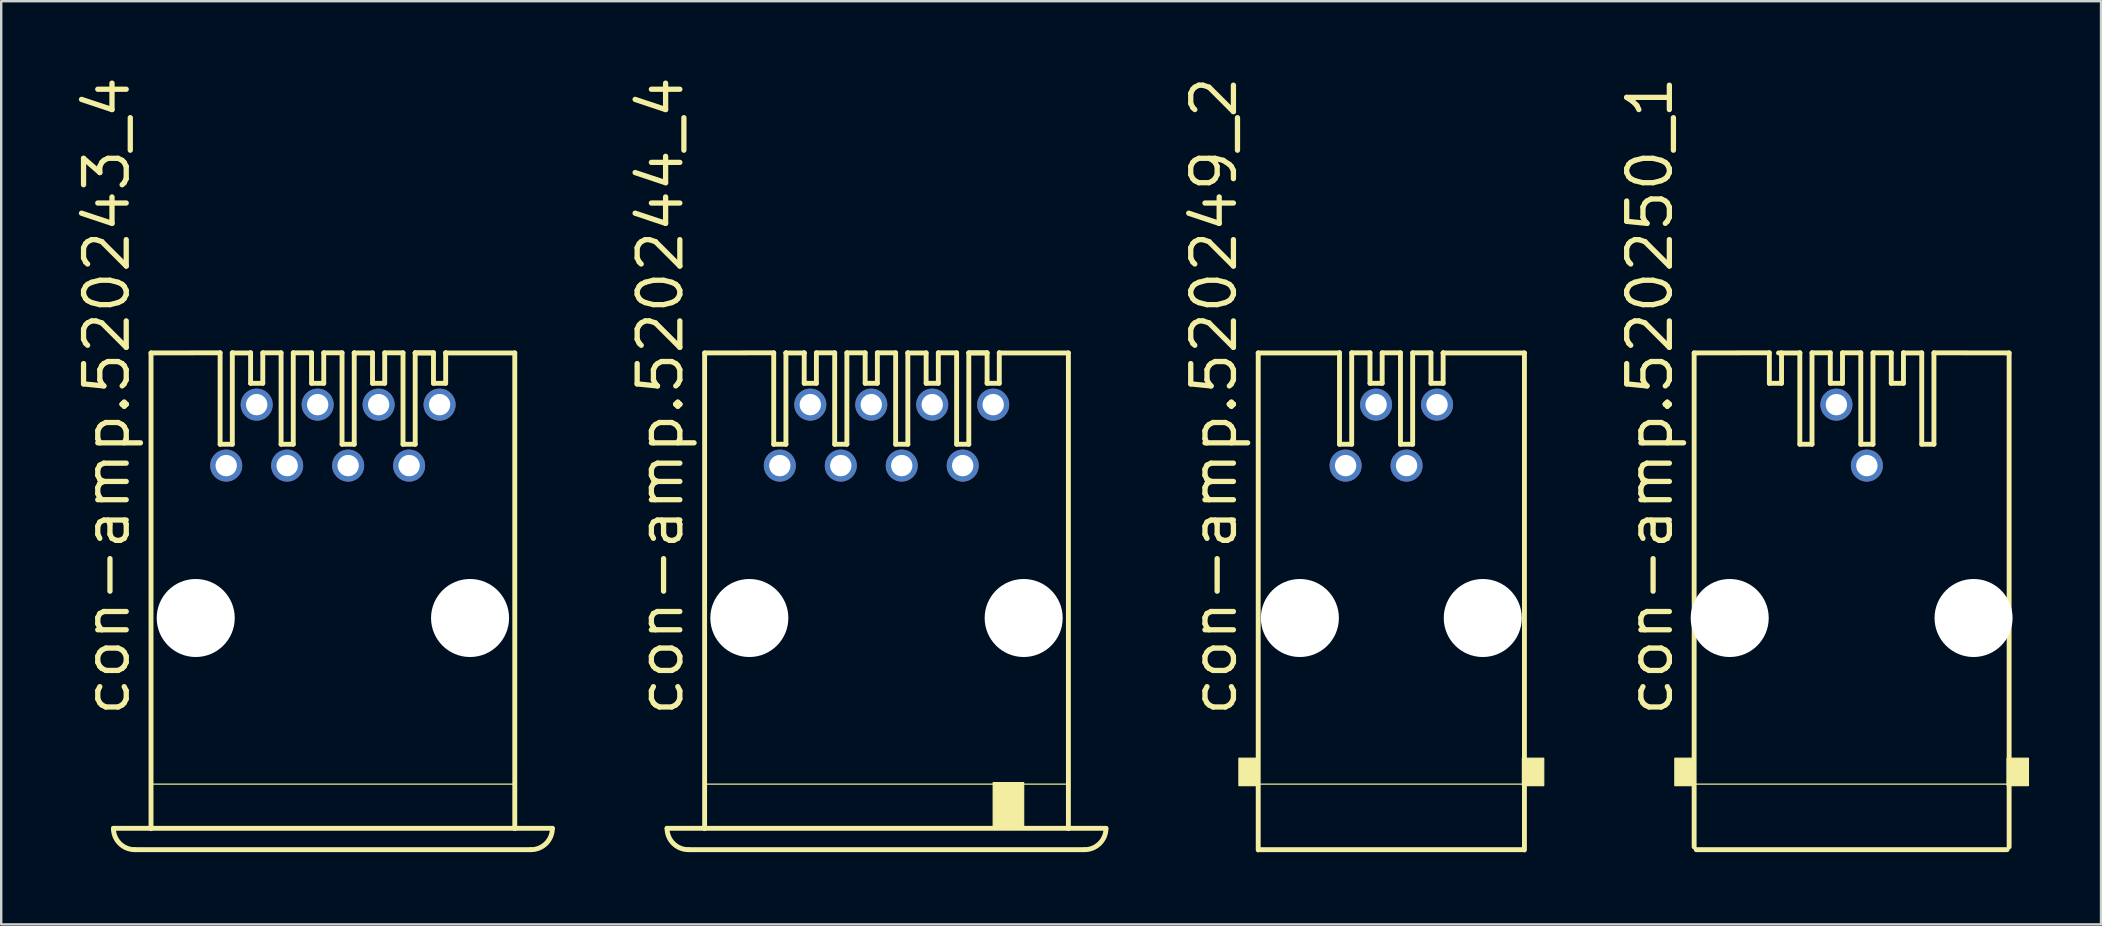
<source format=kicad_pcb>
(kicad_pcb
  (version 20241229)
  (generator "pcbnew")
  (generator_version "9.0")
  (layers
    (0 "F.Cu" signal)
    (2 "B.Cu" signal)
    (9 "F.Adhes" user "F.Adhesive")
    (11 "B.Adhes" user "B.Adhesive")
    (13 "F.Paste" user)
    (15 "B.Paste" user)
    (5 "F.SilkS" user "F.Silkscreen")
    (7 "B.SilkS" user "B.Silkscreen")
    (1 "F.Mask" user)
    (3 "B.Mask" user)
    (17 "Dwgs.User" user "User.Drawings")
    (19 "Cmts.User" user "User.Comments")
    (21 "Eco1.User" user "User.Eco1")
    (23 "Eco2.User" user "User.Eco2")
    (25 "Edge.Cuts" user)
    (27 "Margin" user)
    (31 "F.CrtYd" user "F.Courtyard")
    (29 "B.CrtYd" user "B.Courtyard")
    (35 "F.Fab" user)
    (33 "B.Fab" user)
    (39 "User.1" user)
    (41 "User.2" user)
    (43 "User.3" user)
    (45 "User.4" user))
  (footprint "con-amp.520250_1"
    (layer "F.Cu")
    (at 74.098 22.699)
    (property "Reference" "con-amp.520250_1" (at -7.366 4.191 90) (layer "F.SilkS") (effects (font (size 1.778 1.778) (thickness 0.22)) (justify left bottom)))
    (attr through_hole)
    (fp_line (start -6.562 -11.044) (end -3.429 -11.049) (stroke (width 0.203) (type default)) (layer "F.SilkS"))
    (fp_line (start -6.562 9.538) (end -6.562 -11.044) (stroke (width 0.203) (type default)) (layer "F.SilkS"))
    (fp_line (start -3.429 -11.049) (end -3.429 -9.779) (stroke (width 0.203) (type default)) (layer "F.SilkS"))
    (fp_line (start -3.429 -9.779) (end -2.921 -9.779) (stroke (width 0.203) (type default)) (layer "F.SilkS"))
    (fp_line (start -3.048 -11.044) (end -2.159 -11.044) (stroke (width 0.203) (type default)) (layer "F.SilkS"))
    (fp_line (start -2.921 -11.049) (end -2.921 -9.779) (stroke (width 0.203) (type default)) (layer "F.SilkS"))
    (fp_line (start -2.159 -11.049) (end -2.159 -11.044) (stroke (width 0.203) (type default)) (layer "F.SilkS"))
    (fp_line (start -2.159 -11.044) (end -2.159 -7.239) (stroke (width 0.203) (type default)) (layer "F.SilkS"))
    (fp_line (start -2.159 -7.239) (end -1.651 -7.239) (stroke (width 0.203) (type default)) (layer "F.SilkS"))
    (fp_line (start -1.651 -11.049) (end -1.651 -7.239) (stroke (width 0.203) (type default)) (layer "F.SilkS"))
    (fp_line (start -1.651 -11.049) (end -0.889 -11.049) (stroke (width 0.203) (type default)) (layer "F.SilkS"))
    (fp_line (start -0.889 -11.049) (end -0.889 -9.779) (stroke (width 0.203) (type default)) (layer "F.SilkS"))
    (fp_line (start -0.889 -9.779) (end -0.381 -9.779) (stroke (width 0.203) (type default)) (layer "F.SilkS"))
    (fp_line (start -0.381 -11.049) (end -0.381 -9.779) (stroke (width 0.203) (type default)) (layer "F.SilkS"))
    (fp_line (start -0.381 -11.049) (end 0.381 -11.049) (stroke (width 0.203) (type default)) (layer "F.SilkS"))
    (fp_line (start 0.381 -11.049) (end 0.381 -7.239) (stroke (width 0.203) (type default)) (layer "F.SilkS"))
    (fp_line (start 0.381 -7.239) (end 0.889 -7.239) (stroke (width 0.203) (type default)) (layer "F.SilkS"))
    (fp_line (start 0.889 -11.049) (end 0.889 -7.239) (stroke (width 0.203) (type default)) (layer "F.SilkS"))
    (fp_line (start 0.889 -11.049) (end 1.651 -11.049) (stroke (width 0.203) (type default)) (layer "F.SilkS"))
    (fp_line (start 1.651 -11.049) (end 1.651 -9.779) (stroke (width 0.203) (type default)) (layer "F.SilkS"))
    (fp_line (start 1.651 -9.779) (end 2.159 -9.779) (stroke (width 0.203) (type default)) (layer "F.SilkS"))
    (fp_line (start 2.159 -11.049) (end 2.159 -11.044) (stroke (width 0.203) (type default)) (layer "F.SilkS"))
    (fp_line (start 2.159 -11.044) (end 2.159 -9.779) (stroke (width 0.203) (type default)) (layer "F.SilkS"))
    (fp_line (start 2.159 -11.044) (end 2.921 -11.044) (stroke (width 0.203) (type default)) (layer "F.SilkS"))
    (fp_line (start 2.921 -11.049) (end 2.921 -7.239) (stroke (width 0.203) (type default)) (layer "F.SilkS"))
    (fp_line (start 2.921 -7.239) (end 3.429 -7.239) (stroke (width 0.203) (type default)) (layer "F.SilkS"))
    (fp_line (start 3.429 -11.049) (end 3.429 -7.239) (stroke (width 0.203) (type default)) (layer "F.SilkS"))
    (fp_line (start 3.429 -11.049) (end 6.562 -11.044) (stroke (width 0.203) (type default)) (layer "F.SilkS"))
    (fp_line (start 6.477 9.652) (end -6.477 9.652) (stroke (width 0.203) (type default)) (layer "F.SilkS"))
    (fp_line (start 6.54 6.921) (end -6.54 6.921) (stroke (width 0.051) (type default)) (layer "F.SilkS"))
    (fp_line (start 6.562 -11.044) (end 6.562 9.538) (stroke (width 0.203) (type default)) (layer "F.SilkS"))
    (fp_rect (start -7.366 6.985) (end -6.604 5.842) (stroke (width 0.05) (type default)) (fill yes) (layer "F.SilkS"))
    (fp_rect (start 6.477 6.985) (end 7.366 5.842) (stroke (width 0.05) (type default)) (fill yes) (layer "F.SilkS"))
    (pad "" np_thru_hole circle (at -5.08 0) (size 3.251 3.251) (drill 3.251) (layers "*.Cu" "*.Mask"))
    (pad "" np_thru_hole circle (at 5.08 0) (size 3.251 3.251) (drill 3.251) (layers "*.Cu" "*.Mask"))
    (pad "1" thru_hole circle (at -0.635 -8.89) (size 1.333 1.333) (drill 0.889) (layers "*.Cu" "*.Mask"))
    (pad "2" thru_hole circle (at 0.635 -6.35) (size 1.333 1.333) (drill 0.889) (layers "*.Cu" "*.Mask")))
  (footprint "con-amp.520244_4"
    (layer "F.Cu")
    (at 33.886 22.699)
    (property "Reference" "con-amp.520244_4" (at -8.382 4.191 90) (layer "F.SilkS") (effects (font (size 1.778 1.778) (thickness 0.22)) (justify left bottom)))
    (attr through_hole)
    (fp_line (start -7.578 -11.044) (end -4.699 -11.049) (stroke (width 0.203) (type default)) (layer "F.SilkS"))
    (fp_line (start -7.578 8.776) (end -7.578 -11.044) (stroke (width 0.203) (type default)) (layer "F.SilkS"))
    (fp_line (start -4.699 -11.049) (end -4.699 -7.239) (stroke (width 0.203) (type default)) (layer "F.SilkS"))
    (fp_line (start -4.699 -7.239) (end -4.191 -7.239) (stroke (width 0.203) (type default)) (layer "F.SilkS"))
    (fp_line (start -4.191 -11.049) (end -4.191 -11.044) (stroke (width 0.203) (type default)) (layer "F.SilkS"))
    (fp_line (start -4.191 -11.044) (end -4.191 -7.239) (stroke (width 0.203) (type default)) (layer "F.SilkS"))
    (fp_line (start -4.191 -11.044) (end -3.429 -11.044) (stroke (width 0.203) (type default)) (layer "F.SilkS"))
    (fp_line (start -3.429 -11.049) (end -3.429 -11.044) (stroke (width 0.203) (type default)) (layer "F.SilkS"))
    (fp_line (start -3.429 -11.044) (end -3.429 -9.779) (stroke (width 0.203) (type default)) (layer "F.SilkS"))
    (fp_line (start -3.429 -9.779) (end -2.921 -9.779) (stroke (width 0.203) (type default)) (layer "F.SilkS"))
    (fp_line (start -2.921 -11.049) (end -2.921 -9.779) (stroke (width 0.203) (type default)) (layer "F.SilkS"))
    (fp_line (start -2.921 -11.049) (end -2.159 -11.049) (stroke (width 0.203) (type default)) (layer "F.SilkS"))
    (fp_line (start -2.159 -11.049) (end -2.159 -7.239) (stroke (width 0.203) (type default)) (layer "F.SilkS"))
    (fp_line (start -2.159 -7.239) (end -1.651 -7.239) (stroke (width 0.203) (type default)) (layer "F.SilkS"))
    (fp_line (start -1.651 -11.049) (end -1.651 -7.239) (stroke (width 0.203) (type default)) (layer "F.SilkS"))
    (fp_line (start -1.651 -11.049) (end -0.889 -11.049) (stroke (width 0.203) (type default)) (layer "F.SilkS"))
    (fp_line (start -0.889 -11.049) (end -0.889 -9.779) (stroke (width 0.203) (type default)) (layer "F.SilkS"))
    (fp_line (start -0.889 -9.779) (end -0.381 -9.779) (stroke (width 0.203) (type default)) (layer "F.SilkS"))
    (fp_line (start -0.381 -11.049) (end -0.381 -9.779) (stroke (width 0.203) (type default)) (layer "F.SilkS"))
    (fp_line (start -0.381 -11.049) (end 0.381 -11.049) (stroke (width 0.203) (type default)) (layer "F.SilkS"))
    (fp_line (start 0.381 -11.049) (end 0.381 -7.239) (stroke (width 0.203) (type default)) (layer "F.SilkS"))
    (fp_line (start 0.381 -7.239) (end 0.889 -7.239) (stroke (width 0.203) (type default)) (layer "F.SilkS"))
    (fp_line (start 0.889 -11.049) (end 0.889 -11.044) (stroke (width 0.203) (type default)) (layer "F.SilkS"))
    (fp_line (start 0.889 -11.044) (end 0.889 -7.239) (stroke (width 0.203) (type default)) (layer "F.SilkS"))
    (fp_line (start 0.889 -11.044) (end 1.651 -11.044) (stroke (width 0.203) (type default)) (layer "F.SilkS"))
    (fp_line (start 1.651 -11.049) (end 1.651 -9.779) (stroke (width 0.203) (type default)) (layer "F.SilkS"))
    (fp_line (start 1.651 -9.779) (end 2.159 -9.779) (stroke (width 0.203) (type default)) (layer "F.SilkS"))
    (fp_line (start 2.159 -11.049) (end 2.159 -9.779) (stroke (width 0.203) (type default)) (layer "F.SilkS"))
    (fp_line (start 2.159 -11.049) (end 2.921 -11.049) (stroke (width 0.203) (type default)) (layer "F.SilkS"))
    (fp_line (start 2.921 -11.049) (end 2.921 -7.239) (stroke (width 0.203) (type default)) (layer "F.SilkS"))
    (fp_line (start 2.921 -7.239) (end 3.429 -7.239) (stroke (width 0.203) (type default)) (layer "F.SilkS"))
    (fp_line (start 3.429 -11.049) (end 4.191 -11.049) (stroke (width 0.203) (type default)) (layer "F.SilkS"))
    (fp_line (start 3.429 -11.044) (end 3.429 -7.239) (stroke (width 0.203) (type default)) (layer "F.SilkS"))
    (fp_line (start 3.429 -11.044) (end 4.191 -11.044) (stroke (width 0.203) (type default)) (layer "F.SilkS"))
    (fp_line (start 4.191 -11.049) (end 4.191 -9.779) (stroke (width 0.203) (type default)) (layer "F.SilkS"))
    (fp_line (start 4.191 -9.779) (end 4.699 -9.779) (stroke (width 0.203) (type default)) (layer "F.SilkS"))
    (fp_line (start 4.699 -11.049) (end 4.699 -11.044) (stroke (width 0.203) (type default)) (layer "F.SilkS"))
    (fp_line (start 4.699 -11.044) (end 4.699 -9.779) (stroke (width 0.203) (type default)) (layer "F.SilkS"))
    (fp_line (start 4.699 -11.044) (end 7.578 -11.044) (stroke (width 0.203) (type default)) (layer "F.SilkS"))
    (fp_line (start 7.556 6.921) (end -7.556 6.921) (stroke (width 0.051) (type default)) (layer "F.SilkS"))
    (fp_line (start 7.578 -11.044) (end 7.578 8.776) (stroke (width 0.203) (type default)) (layer "F.SilkS"))
    (fp_line (start 8.255 9.652) (end -8.255 9.652) (stroke (width 0.203) (type default)) (layer "F.SilkS"))
    (fp_line (start 9.144 8.763) (end -9.144 8.763) (stroke (width 0.203) (type default)) (layer "F.SilkS"))
    (fp_rect (start 4.445 8.763) (end 5.715 6.858) (stroke (width 0.05) (type default)) (fill yes) (layer "F.SilkS"))
    (fp_arc (start -8.255 9.652) (mid -8.883618 9.391618) (end -9.144 8.763) (stroke (width 0.2032) (type default)) (layer "F.SilkS"))
    (fp_arc (start 9.144 8.763) (mid 8.883618 9.391618) (end 8.255 9.652) (stroke (width 0.2032) (type default)) (layer "F.SilkS"))
    (pad "" np_thru_hole circle (at -5.715 0) (size 3.251 3.251) (drill 3.251) (layers "*.Cu" "*.Mask"))
    (pad "" np_thru_hole circle (at 5.715 0) (size 3.251 3.251) (drill 3.251) (layers "*.Cu" "*.Mask"))
    (pad "1" thru_hole circle (at -4.445 -6.35) (size 1.333 1.333) (drill 0.889) (layers "*.Cu" "*.Mask"))
    (pad "2" thru_hole circle (at -3.175 -8.89) (size 1.333 1.333) (drill 0.889) (layers "*.Cu" "*.Mask"))
    (pad "3" thru_hole circle (at -1.905 -6.35) (size 1.333 1.333) (drill 0.889) (layers "*.Cu" "*.Mask"))
    (pad "4" thru_hole circle (at -0.635 -8.89) (size 1.333 1.333) (drill 0.889) (layers "*.Cu" "*.Mask"))
    (pad "5" thru_hole circle (at 0.635 -6.35) (size 1.333 1.333) (drill 0.889) (layers "*.Cu" "*.Mask"))
    (pad "6" thru_hole circle (at 1.905 -8.89) (size 1.333 1.333) (drill 0.889) (layers "*.Cu" "*.Mask"))
    (pad "7" thru_hole circle (at 3.175 -6.35) (size 1.333 1.333) (drill 0.889) (layers "*.Cu" "*.Mask"))
    (pad "8" thru_hole circle (at 4.445 -8.89) (size 1.333 1.333) (drill 0.889) (layers "*.Cu" "*.Mask")))
  (footprint "con-amp.520249_2"
    (layer "F.Cu")
    (at 54.919 22.699)
    (property "Reference" "con-amp.520249_2" (at -6.35 4.191 90) (layer "F.SilkS") (effects (font (size 1.778 1.778) (thickness 0.22)) (justify left bottom)))
    (attr through_hole)
    (fp_line (start -5.546 -11.044) (end -2.159 -11.044) (stroke (width 0.203) (type default)) (layer "F.SilkS"))
    (fp_line (start -5.546 9.665) (end -5.546 -11.044) (stroke (width 0.203) (type default)) (layer "F.SilkS"))
    (fp_line (start -2.159 -11.049) (end -2.159 -11.044) (stroke (width 0.203) (type default)) (layer "F.SilkS"))
    (fp_line (start -2.159 -11.044) (end -2.159 -7.239) (stroke (width 0.203) (type default)) (layer "F.SilkS"))
    (fp_line (start -2.159 -7.239) (end -1.651 -7.239) (stroke (width 0.203) (type default)) (layer "F.SilkS"))
    (fp_line (start -1.651 -11.049) (end -1.651 -7.239) (stroke (width 0.203) (type default)) (layer "F.SilkS"))
    (fp_line (start -1.651 -11.049) (end -0.889 -11.049) (stroke (width 0.203) (type default)) (layer "F.SilkS"))
    (fp_line (start -0.889 -11.049) (end -0.889 -9.779) (stroke (width 0.203) (type default)) (layer "F.SilkS"))
    (fp_line (start -0.889 -9.779) (end -0.381 -9.779) (stroke (width 0.203) (type default)) (layer "F.SilkS"))
    (fp_line (start -0.381 -11.049) (end -0.381 -9.779) (stroke (width 0.203) (type default)) (layer "F.SilkS"))
    (fp_line (start -0.381 -11.049) (end 0.381 -11.049) (stroke (width 0.203) (type default)) (layer "F.SilkS"))
    (fp_line (start 0.381 -11.049) (end 0.381 -7.239) (stroke (width 0.203) (type default)) (layer "F.SilkS"))
    (fp_line (start 0.381 -7.239) (end 0.889 -7.239) (stroke (width 0.203) (type default)) (layer "F.SilkS"))
    (fp_line (start 0.889 -11.049) (end 0.889 -7.239) (stroke (width 0.203) (type default)) (layer "F.SilkS"))
    (fp_line (start 0.889 -11.049) (end 1.651 -11.049) (stroke (width 0.203) (type default)) (layer "F.SilkS"))
    (fp_line (start 1.651 -11.049) (end 1.651 -9.779) (stroke (width 0.203) (type default)) (layer "F.SilkS"))
    (fp_line (start 1.651 -9.779) (end 2.159 -9.779) (stroke (width 0.203) (type default)) (layer "F.SilkS"))
    (fp_line (start 2.159 -11.049) (end 2.159 -11.044) (stroke (width 0.203) (type default)) (layer "F.SilkS"))
    (fp_line (start 2.159 -11.044) (end 2.159 -9.779) (stroke (width 0.203) (type default)) (layer "F.SilkS"))
    (fp_line (start 2.159 -11.044) (end 5.546 -11.044) (stroke (width 0.203) (type default)) (layer "F.SilkS"))
    (fp_line (start 5.461 9.652) (end -5.461 9.652) (stroke (width 0.203) (type default)) (layer "F.SilkS"))
    (fp_line (start 5.524 6.921) (end -5.524 6.921) (stroke (width 0.051) (type default)) (layer "F.SilkS"))
    (fp_line (start 5.546 -11.044) (end 5.546 9.665) (stroke (width 0.203) (type default)) (layer "F.SilkS"))
    (fp_rect (start -6.35 6.985) (end -5.588 5.842) (stroke (width 0.05) (type default)) (fill yes) (layer "F.SilkS"))
    (fp_rect (start 5.461 6.985) (end 6.35 5.842) (stroke (width 0.05) (type default)) (fill yes) (layer "F.SilkS"))
    (pad "" np_thru_hole circle (at -3.81 0) (size 3.251 3.251) (drill 3.251) (layers "*.Cu" "*.Mask"))
    (pad "" np_thru_hole circle (at 3.81 0) (size 3.251 3.251) (drill 3.251) (layers "*.Cu" "*.Mask"))
    (pad "1" thru_hole circle (at -1.905 -6.35) (size 1.333 1.333) (drill 0.889) (layers "*.Cu" "*.Mask"))
    (pad "2" thru_hole circle (at -0.635 -8.89) (size 1.333 1.333) (drill 0.889) (layers "*.Cu" "*.Mask"))
    (pad "3" thru_hole circle (at 0.635 -6.35) (size 1.333 1.333) (drill 0.889) (layers "*.Cu" "*.Mask"))
    (pad "4" thru_hole circle (at 1.905 -8.89) (size 1.333 1.333) (drill 0.889) (layers "*.Cu" "*.Mask")))
  (footprint "con-amp.520243_4"
    (layer "F.Cu")
    (at 10.82 22.699)
    (property "Reference" "con-amp.520243_4" (at -8.382 4.191 90) (layer "F.SilkS") (effects (font (size 1.778 1.778) (thickness 0.22)) (justify left bottom)))
    (attr through_hole)
    (fp_line (start -7.578 -11.044) (end -4.699 -11.049) (stroke (width 0.203) (type default)) (layer "F.SilkS"))
    (fp_line (start -7.578 8.776) (end -7.578 -11.044) (stroke (width 0.203) (type default)) (layer "F.SilkS"))
    (fp_line (start -4.699 -11.049) (end -4.699 -7.239) (stroke (width 0.203) (type default)) (layer "F.SilkS"))
    (fp_line (start -4.699 -7.239) (end -4.191 -7.239) (stroke (width 0.203) (type default)) (layer "F.SilkS"))
    (fp_line (start -4.191 -11.049) (end -4.191 -11.044) (stroke (width 0.203) (type default)) (layer "F.SilkS"))
    (fp_line (start -4.191 -11.044) (end -4.191 -7.239) (stroke (width 0.203) (type default)) (layer "F.SilkS"))
    (fp_line (start -4.191 -11.044) (end -3.429 -11.044) (stroke (width 0.203) (type default)) (layer "F.SilkS"))
    (fp_line (start -3.429 -11.049) (end -3.429 -11.044) (stroke (width 0.203) (type default)) (layer "F.SilkS"))
    (fp_line (start -3.429 -11.044) (end -3.429 -9.779) (stroke (width 0.203) (type default)) (layer "F.SilkS"))
    (fp_line (start -3.429 -9.779) (end -2.921 -9.779) (stroke (width 0.203) (type default)) (layer "F.SilkS"))
    (fp_line (start -2.921 -11.049) (end -2.921 -9.779) (stroke (width 0.203) (type default)) (layer "F.SilkS"))
    (fp_line (start -2.921 -11.049) (end -2.159 -11.049) (stroke (width 0.203) (type default)) (layer "F.SilkS"))
    (fp_line (start -2.159 -11.049) (end -2.159 -7.239) (stroke (width 0.203) (type default)) (layer "F.SilkS"))
    (fp_line (start -2.159 -7.239) (end -1.651 -7.239) (stroke (width 0.203) (type default)) (layer "F.SilkS"))
    (fp_line (start -1.651 -11.049) (end -1.651 -7.239) (stroke (width 0.203) (type default)) (layer "F.SilkS"))
    (fp_line (start -1.651 -11.049) (end -0.889 -11.049) (stroke (width 0.203) (type default)) (layer "F.SilkS"))
    (fp_line (start -0.889 -11.049) (end -0.889 -9.779) (stroke (width 0.203) (type default)) (layer "F.SilkS"))
    (fp_line (start -0.889 -9.779) (end -0.381 -9.779) (stroke (width 0.203) (type default)) (layer "F.SilkS"))
    (fp_line (start -0.381 -11.049) (end -0.381 -9.779) (stroke (width 0.203) (type default)) (layer "F.SilkS"))
    (fp_line (start -0.381 -11.049) (end 0.381 -11.049) (stroke (width 0.203) (type default)) (layer "F.SilkS"))
    (fp_line (start 0.381 -11.049) (end 0.381 -7.239) (stroke (width 0.203) (type default)) (layer "F.SilkS"))
    (fp_line (start 0.381 -7.239) (end 0.889 -7.239) (stroke (width 0.203) (type default)) (layer "F.SilkS"))
    (fp_line (start 0.889 -11.049) (end 0.889 -11.044) (stroke (width 0.203) (type default)) (layer "F.SilkS"))
    (fp_line (start 0.889 -11.044) (end 0.889 -7.239) (stroke (width 0.203) (type default)) (layer "F.SilkS"))
    (fp_line (start 0.889 -11.044) (end 1.651 -11.044) (stroke (width 0.203) (type default)) (layer "F.SilkS"))
    (fp_line (start 1.651 -11.049) (end 1.651 -9.779) (stroke (width 0.203) (type default)) (layer "F.SilkS"))
    (fp_line (start 1.651 -9.779) (end 2.159 -9.779) (stroke (width 0.203) (type default)) (layer "F.SilkS"))
    (fp_line (start 2.159 -11.049) (end 2.159 -9.779) (stroke (width 0.203) (type default)) (layer "F.SilkS"))
    (fp_line (start 2.159 -11.049) (end 2.921 -11.049) (stroke (width 0.203) (type default)) (layer "F.SilkS"))
    (fp_line (start 2.921 -11.049) (end 2.921 -7.239) (stroke (width 0.203) (type default)) (layer "F.SilkS"))
    (fp_line (start 2.921 -7.239) (end 3.429 -7.239) (stroke (width 0.203) (type default)) (layer "F.SilkS"))
    (fp_line (start 3.429 -11.049) (end 3.429 -11.044) (stroke (width 0.203) (type default)) (layer "F.SilkS"))
    (fp_line (start 3.429 -11.049) (end 4.191 -11.049) (stroke (width 0.203) (type default)) (layer "F.SilkS"))
    (fp_line (start 3.429 -11.044) (end 3.429 -7.239) (stroke (width 0.203) (type default)) (layer "F.SilkS"))
    (fp_line (start 3.429 -11.044) (end 4.191 -11.044) (stroke (width 0.203) (type default)) (layer "F.SilkS"))
    (fp_line (start 4.191 -11.049) (end 4.191 -9.779) (stroke (width 0.203) (type default)) (layer "F.SilkS"))
    (fp_line (start 4.191 -9.779) (end 4.699 -9.779) (stroke (width 0.203) (type default)) (layer "F.SilkS"))
    (fp_line (start 4.699 -11.049) (end 4.699 -11.044) (stroke (width 0.203) (type default)) (layer "F.SilkS"))
    (fp_line (start 4.699 -11.044) (end 4.699 -9.779) (stroke (width 0.203) (type default)) (layer "F.SilkS"))
    (fp_line (start 4.699 -11.044) (end 7.578 -11.044) (stroke (width 0.203) (type default)) (layer "F.SilkS"))
    (fp_line (start 7.556 6.921) (end -7.556 6.921) (stroke (width 0.051) (type default)) (layer "F.SilkS"))
    (fp_line (start 7.578 -11.044) (end 7.578 8.776) (stroke (width 0.203) (type default)) (layer "F.SilkS"))
    (fp_line (start 8.255 9.652) (end -8.255 9.652) (stroke (width 0.203) (type default)) (layer "F.SilkS"))
    (fp_line (start 9.144 8.763) (end -9.144 8.763) (stroke (width 0.203) (type default)) (layer "F.SilkS"))
    (fp_arc (start -8.255 9.652) (mid -8.883618 9.391618) (end -9.144 8.763) (stroke (width 0.2032) (type default)) (layer "F.SilkS"))
    (fp_arc (start 9.144 8.763) (mid 8.883618 9.391618) (end 8.255 9.652) (stroke (width 0.2032) (type default)) (layer "F.SilkS"))
    (pad "" np_thru_hole circle (at -5.715 0) (size 3.251 3.251) (drill 3.251) (layers "*.Cu" "*.Mask"))
    (pad "" np_thru_hole circle (at 5.715 0) (size 3.251 3.251) (drill 3.251) (layers "*.Cu" "*.Mask"))
    (pad "1" thru_hole circle (at -4.445 -6.35) (size 1.333 1.333) (drill 0.889) (layers "*.Cu" "*.Mask"))
    (pad "2" thru_hole circle (at -3.175 -8.89) (size 1.333 1.333) (drill 0.889) (layers "*.Cu" "*.Mask"))
    (pad "3" thru_hole circle (at -1.905 -6.35) (size 1.333 1.333) (drill 0.889) (layers "*.Cu" "*.Mask"))
    (pad "4" thru_hole circle (at -0.635 -8.89) (size 1.333 1.333) (drill 0.889) (layers "*.Cu" "*.Mask"))
    (pad "5" thru_hole circle (at 0.635 -6.35) (size 1.333 1.333) (drill 0.889) (layers "*.Cu" "*.Mask"))
    (pad "6" thru_hole circle (at 1.905 -8.89) (size 1.333 1.333) (drill 0.889) (layers "*.Cu" "*.Mask"))
    (pad "7" thru_hole circle (at 3.175 -6.35) (size 1.333 1.333) (drill 0.889) (layers "*.Cu" "*.Mask"))
    (pad "8" thru_hole circle (at 4.445 -8.89) (size 1.333 1.333) (drill 0.889) (layers "*.Cu" "*.Mask")))
  (gr_rect
    (start -3 -3)
    (end 84.489 35.465)
    (stroke (width 0.1) (type default))
    (fill no)
    (layer "Edge.Cuts")))
</source>
